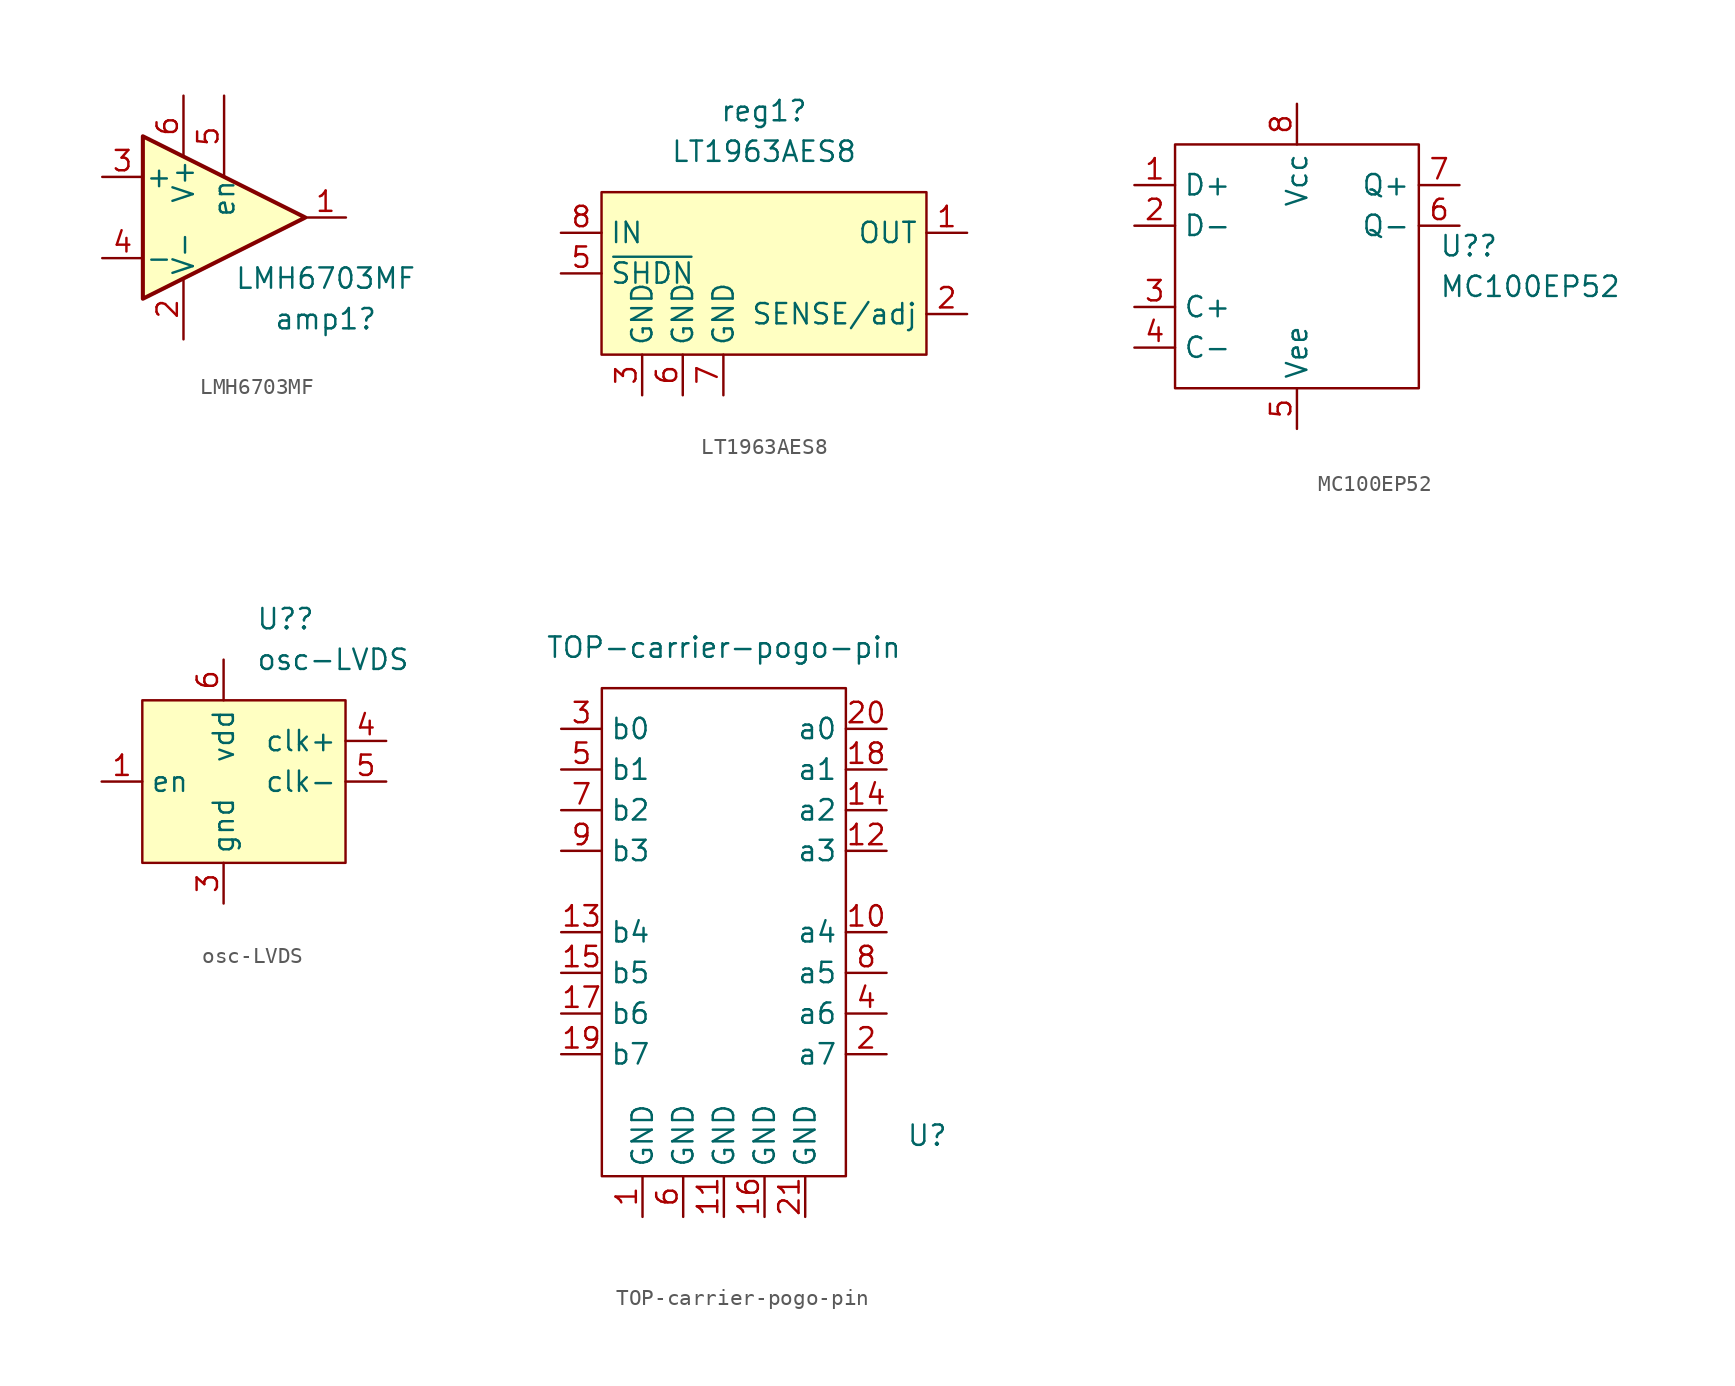
<source format=kicad_sym>
(kicad_symbol_lib
  (version 20211014)
  (generator kicad_symbol_editor)
  (symbol "LMH6703MF"
    (pin_names
      (offset 0.127))
    (property "Reference" "amp1"
      (at 6.35 -6.35 0)
      (effects (font (size 1.27 1.27))))
    (property "Value" "LMH6703MF"
      (at 6.35 -3.81 0)
      (effects (font (size 1.27 1.27))))
    (symbol "LMH6703MF_0_1"
      (polyline (pts (xy -5.08 5.08) (xy 5.08 0) (xy -5.08 -5.08) (xy -5.08 5.08)) (stroke (width 0.254) (type default) (color 0 0 0 0)) (fill (type background)))
      (pin power_in line (at -2.54 -7.62 90) (length 3.81) (name "V-" (effects (font (size 1.27 1.27)))) (number "2" (effects (font (size 1.27 1.27)))))
      (pin power_in line (at -2.54 7.62 270) (length 3.81) (name "V+" (effects (font (size 1.27 1.27)))) (number "6" (effects (font (size 1.27 1.27))))))
    (symbol "LMH6703MF_1_1"
      (pin output line (at 7.62 0 180) (length 2.54) (name "~" (effects (font (size 1.27 1.27)))) (number "1" (effects (font (size 1.27 1.27)))))
      (pin input line (at -7.62 2.54 0) (length 2.54) (name "+" (effects (font (size 1.27 1.27)))) (number "3" (effects (font (size 1.27 1.27)))))
      (pin input line (at -7.62 -2.54 0) (length 2.54) (name "-" (effects (font (size 1.27 1.27)))) (number "4" (effects (font (size 1.27 1.27)))))
      (pin input line (at 0 7.62 270) (length 5.08) (name "en" (effects (font (size 1.27 1.27)))) (number "5" (effects (font (size 1.27 1.27)))))))
  (symbol "LT1963AES8"
    (property "Reference" "reg1"
      (at 0 10.16 0)
      (effects (font (size 1.27 1.27))))
    (property "Value" "LT1963AES8"
      (at 0 7.62 0)
      (effects (font (size 1.27 1.27))))
    (symbol "LT1963AES8_0_1"
      (rectangle (start -10.16 5.08) (end 10.16 -5.08) (stroke (width 0) (type default) (color 0 0 0 0)) (fill (type background))))
    (symbol "LT1963AES8_1_1"
      (pin power_out line (at 12.7 2.54 180) (length 2.54) (name "OUT" (effects (font (size 1.27 1.27)))) (number "1" (effects (font (size 1.27 1.27)))))
      (pin input line (at 12.7 -2.54 180) (length 2.54) (name "SENSE/adj" (effects (font (size 1.27 1.27)))) (number "2" (effects (font (size 1.27 1.27)))))
      (pin power_in line (at -7.62 -7.62 90) (length 2.54) (name "GND" (effects (font (size 1.27 1.27)))) (number "3" (effects (font (size 1.27 1.27)))))
      (pin no_connect line (at 0 0 180) (length 0) hide (name "" (effects (font (size 1.27 1.27)))) (number "4" (effects (font (size 1.27 1.27)))))
      (pin input line (at -12.7 0 0) (length 2.54) (name "~{SHDN}" (effects (font (size 1.27 1.27)))) (number "5" (effects (font (size 1.27 1.27)))))
      (pin power_in line (at -5.08 -7.62 90) (length 2.54) (name "GND" (effects (font (size 1.27 1.27)))) (number "6" (effects (font (size 1.27 1.27)))))
      (pin power_in line (at -2.54 -7.62 90) (length 2.54) (name "GND" (effects (font (size 1.27 1.27)))) (number "7" (effects (font (size 1.27 1.27)))))
      (pin power_in line (at -12.7 2.54 0) (length 2.54) (name "IN" (effects (font (size 1.27 1.27)))) (number "8" (effects (font (size 1.27 1.27)))))))
  (symbol "MC100EP52"
    (property "Reference" "U?"
      (at 13.97 -1.27 0)
      (effects (font (size 1.27 1.27)) (justify left)))
    (property "Value" "MC100EP52"
      (at 13.97 -3.81 0)
      (effects (font (size 1.27 1.27)) (justify left)))
    (symbol "MC100EP52_0_1"
      (rectangle (start -2.54 5.08) (end 12.7 -10.16) (stroke (width 0) (type default) (color 0 0 0 0)) (fill (type none))))
    (symbol "MC100EP52_1_1"
      (pin input line (at -5.08 2.54 0) (length 2.54) (name "D+" (effects (font (size 1.27 1.27)))) (number "1" (effects (font (size 1.27 1.27)))))
      (pin input line (at -5.08 0 0) (length 2.54) (name "D-" (effects (font (size 1.27 1.27)))) (number "2" (effects (font (size 1.27 1.27)))))
      (pin input line (at -5.08 -5.08 0) (length 2.54) (name "C+" (effects (font (size 1.27 1.27)))) (number "3" (effects (font (size 1.27 1.27)))))
      (pin input line (at -5.08 -7.62 0) (length 2.54) (name "C-" (effects (font (size 1.27 1.27)))) (number "4" (effects (font (size 1.27 1.27)))))
      (pin power_in line (at 5.08 -12.7 90) (length 2.54) (name "Vee" (effects (font (size 1.27 1.27)))) (number "5" (effects (font (size 1.27 1.27)))))
      (pin output line (at 15.24 0 180) (length 2.54) (name "Q-" (effects (font (size 1.27 1.27)))) (number "6" (effects (font (size 1.27 1.27)))))
      (pin output line (at 15.24 2.54 180) (length 2.54) (name "Q+" (effects (font (size 1.27 1.27)))) (number "7" (effects (font (size 1.27 1.27)))))
      (pin power_in line (at 5.08 7.62 270) (length 2.54) (name "Vcc" (effects (font (size 1.27 1.27)))) (number "8" (effects (font (size 1.27 1.27)))))))
  (symbol "osc-LVDS"
    (property "Reference" "U?"
      (at 2.019 10.16 0)
      (effects (font (size 1.27 1.27)) (justify left)))
    (property "Value" "osc-LVDS"
      (at 2.019 7.62 0)
      (effects (font (size 1.27 1.27)) (justify left)))
    (symbol "osc-LVDS_0_1"
      (rectangle (start -5.08 5.08) (end 7.62 -5.08) (stroke (width 0) (type default) (color 0 0 0 0)) (fill (type background))))
    (symbol "osc-LVDS_1_1"
      (pin input line (at -7.62 0 0) (length 2.54) (name "en" (effects (font (size 1.27 1.27)))) (number "1" (effects (font (size 1.27 1.27)))))
      (pin no_connect line (at 5.08 -7.62 90) (length 2.54) hide (name "NC" (effects (font (size 1.27 1.27)))) (number "2" (effects (font (size 1.27 1.27)))))
      (pin input line (at 0 -7.62 90) (length 2.54) (name "gnd" (effects (font (size 1.27 1.27)))) (number "3" (effects (font (size 1.27 1.27)))))
      (pin input line (at 10.16 2.54 180) (length 2.54) (name "clk+" (effects (font (size 1.27 1.27)))) (number "4" (effects (font (size 1.27 1.27)))))
      (pin input line (at 10.16 0 180) (length 2.54) (name "clk-" (effects (font (size 1.27 1.27)))) (number "5" (effects (font (size 1.27 1.27)))))
      (pin input line (at 0 7.62 270) (length 2.54) (name "vdd" (effects (font (size 1.27 1.27)))) (number "6" (effects (font (size 1.27 1.27)))))))
  (symbol "TOP-carrier-pogo-pin"
    (property "Reference" "U"
      (at 12.7 -2.54 0)
      (effects (font (size 1.27 1.27))))
    (property "Value" "TOP-carrier-pogo-pin"
      (at 0 27.94 0)
      (effects (font (size 1.27 1.27))))
    (symbol "TOP-carrier-pogo-pin_0_1"
      (rectangle (start -7.62 25.4) (end 7.62 -5.08) (stroke (width 0) (type default) (color 0 0 0 0)) (fill (type none))))
    (symbol "TOP-carrier-pogo-pin_1_1"
      (pin power_in line (at -5.08 -7.62 90) (length 2.54) (name "GND" (effects (font (size 1.27 1.27)))) (number "1" (effects (font (size 1.27 1.27)))))
      (pin output line (at 10.16 10.16 180) (length 2.54) (name "a4" (effects (font (size 1.27 1.27)))) (number "10" (effects (font (size 1.27 1.27)))))
      (pin power_in line (at 0 -7.62 90) (length 2.54) (name "GND" (effects (font (size 1.27 1.27)))) (number "11" (effects (font (size 1.27 1.27)))))
      (pin output line (at 10.16 15.24 180) (length 2.54) (name "a3" (effects (font (size 1.27 1.27)))) (number "12" (effects (font (size 1.27 1.27)))))
      (pin output line (at -10.16 10.16 0) (length 2.54) (name "b4" (effects (font (size 1.27 1.27)))) (number "13" (effects (font (size 1.27 1.27)))))
      (pin output line (at 10.16 17.78 180) (length 2.54) (name "a2" (effects (font (size 1.27 1.27)))) (number "14" (effects (font (size 1.27 1.27)))))
      (pin output line (at -10.16 7.62 0) (length 2.54) (name "b5" (effects (font (size 1.27 1.27)))) (number "15" (effects (font (size 1.27 1.27)))))
      (pin power_in line (at 2.54 -7.62 90) (length 2.54) (name "GND" (effects (font (size 1.27 1.27)))) (number "16" (effects (font (size 1.27 1.27)))))
      (pin output line (at -10.16 5.08 0) (length 2.54) (name "b6" (effects (font (size 1.27 1.27)))) (number "17" (effects (font (size 1.27 1.27)))))
      (pin output line (at 10.16 20.32 180) (length 2.54) (name "a1" (effects (font (size 1.27 1.27)))) (number "18" (effects (font (size 1.27 1.27)))))
      (pin output line (at -10.16 2.54 0) (length 2.54) (name "b7" (effects (font (size 1.27 1.27)))) (number "19" (effects (font (size 1.27 1.27)))))
      (pin output line (at 10.16 2.54 180) (length 2.54) (name "a7" (effects (font (size 1.27 1.27)))) (number "2" (effects (font (size 1.27 1.27)))))
      (pin output line (at 10.16 22.86 180) (length 2.54) (name "a0" (effects (font (size 1.27 1.27)))) (number "20" (effects (font (size 1.27 1.27)))))
      (pin power_in line (at 5.08 -7.62 90) (length 2.54) (name "GND" (effects (font (size 1.27 1.27)))) (number "21" (effects (font (size 1.27 1.27)))))
      (pin output line (at -10.16 22.86 0) (length 2.54) (name "b0" (effects (font (size 1.27 1.27)))) (number "3" (effects (font (size 1.27 1.27)))))
      (pin output line (at 10.16 5.08 180) (length 2.54) (name "a6" (effects (font (size 1.27 1.27)))) (number "4" (effects (font (size 1.27 1.27)))))
      (pin output line (at -10.16 20.32 0) (length 2.54) (name "b1" (effects (font (size 1.27 1.27)))) (number "5" (effects (font (size 1.27 1.27)))))
      (pin power_in line (at -2.54 -7.62 90) (length 2.54) (name "GND" (effects (font (size 1.27 1.27)))) (number "6" (effects (font (size 1.27 1.27)))))
      (pin output line (at -10.16 17.78 0) (length 2.54) (name "b2" (effects (font (size 1.27 1.27)))) (number "7" (effects (font (size 1.27 1.27)))))
      (pin output line (at 10.16 7.62 180) (length 2.54) (name "a5" (effects (font (size 1.27 1.27)))) (number "8" (effects (font (size 1.27 1.27)))))
      (pin output line (at -10.16 15.24 0) (length 2.54) (name "b3" (effects (font (size 1.27 1.27)))) (number "9" (effects (font (size 1.27 1.27))))))))
</source>
